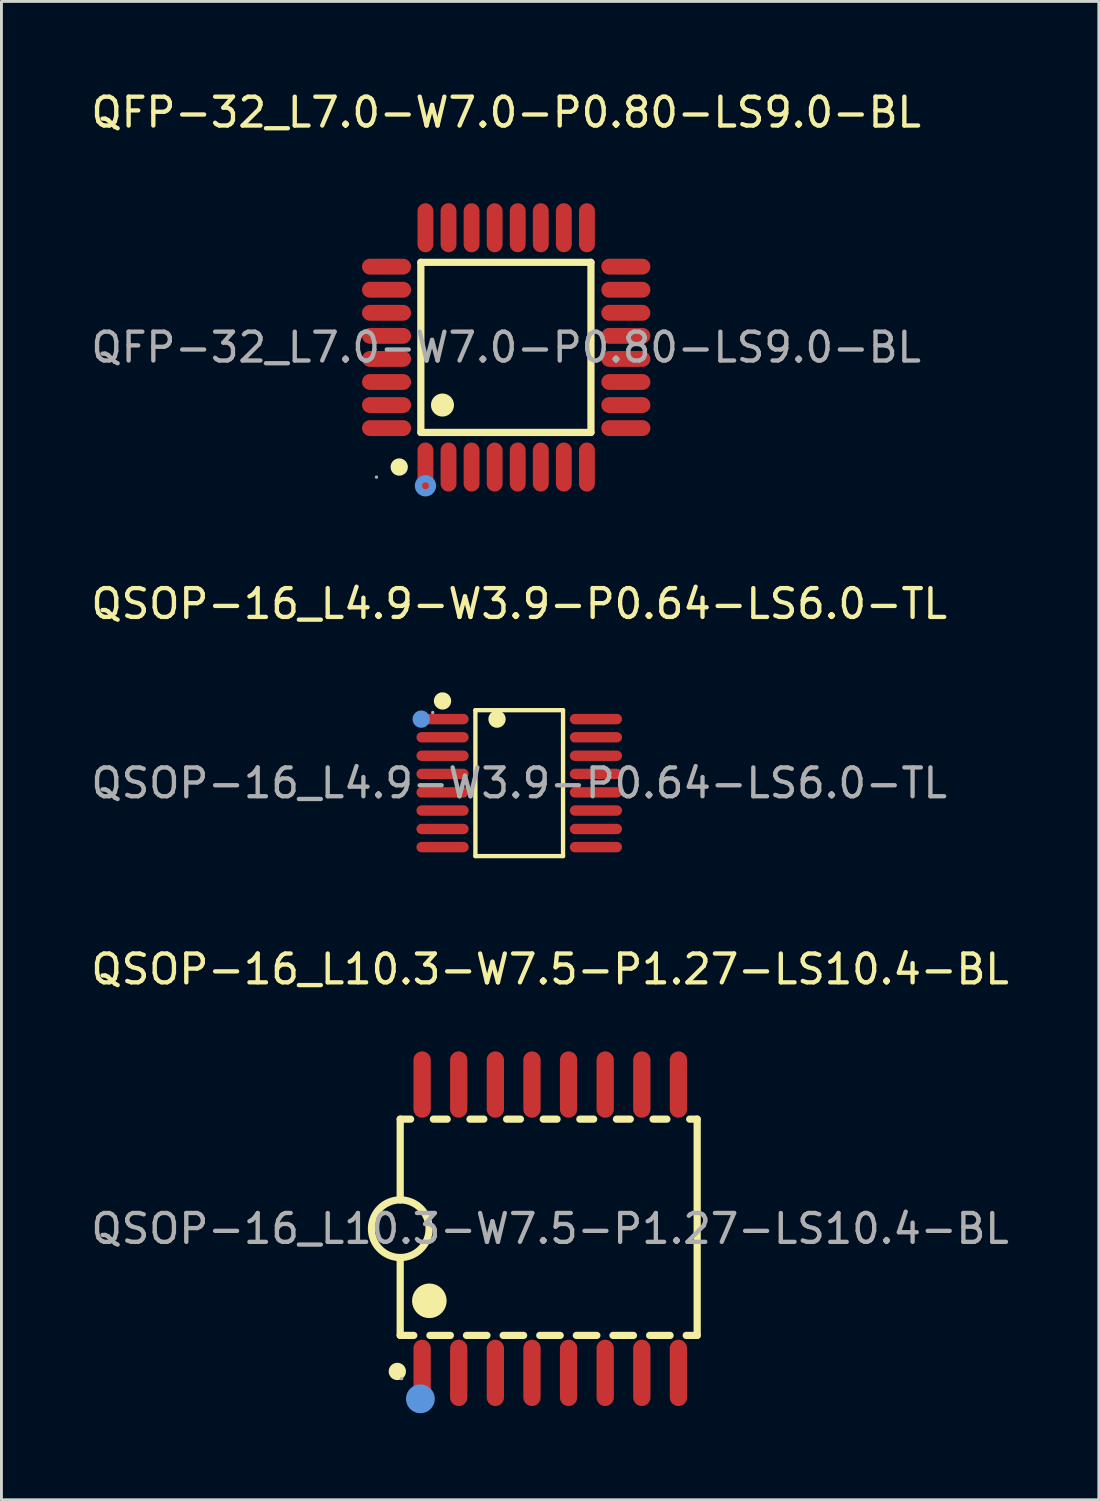
<source format=kicad_pcb>
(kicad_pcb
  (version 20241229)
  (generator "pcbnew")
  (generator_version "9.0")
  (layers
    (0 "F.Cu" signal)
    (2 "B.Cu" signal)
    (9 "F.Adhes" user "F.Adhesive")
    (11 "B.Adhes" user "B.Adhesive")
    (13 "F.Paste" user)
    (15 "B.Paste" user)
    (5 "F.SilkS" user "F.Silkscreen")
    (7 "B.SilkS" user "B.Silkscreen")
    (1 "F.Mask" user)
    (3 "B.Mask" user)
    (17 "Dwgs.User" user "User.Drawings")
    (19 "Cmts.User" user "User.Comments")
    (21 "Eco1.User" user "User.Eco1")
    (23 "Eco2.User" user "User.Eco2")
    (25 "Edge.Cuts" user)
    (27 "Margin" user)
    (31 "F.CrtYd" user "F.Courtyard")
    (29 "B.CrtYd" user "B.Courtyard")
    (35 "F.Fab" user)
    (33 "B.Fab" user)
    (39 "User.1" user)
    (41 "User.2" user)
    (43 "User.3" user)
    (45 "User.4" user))
  (footprint "QFP-32_L7.0-W7.0-P0.80-LS9.0-BL"
    (layer "F.Cu")
    (at 14.506 8.998)
    (property "Reference" "QFP-32_L7.0-W7.0-P0.80-LS9.0-BL" (at 0 -8.15 0) (layer "F.SilkS") (effects (font (size 1 1) (thickness 0.15))))
    (attr through_hole)
    (fp_line (start -2.96 -2.95) (end -2.96 2.95) (stroke (width 0.25) (type solid)) (layer "F.SilkS"))
    (fp_line (start -2.96 2.95) (end 2.94 2.95) (stroke (width 0.25) (type solid)) (layer "F.SilkS"))
    (fp_line (start 2.94 -2.95) (end -2.96 -2.95) (stroke (width 0.25) (type solid)) (layer "F.SilkS"))
    (fp_line (start 2.94 2.95) (end 2.94 -2.95) (stroke (width 0.25) (type solid)) (layer "F.SilkS"))
    (fp_arc (start -3.71 4.15) (mid -3.71 4.15) (end -3.71 4.15) (stroke (width 0.3) (type solid)) (layer "F.SilkS"))
    (fp_arc (start -2.21 2) (mid -2.21 2) (end -2.21 2) (stroke (width 0.4) (type solid)) (layer "F.SilkS"))
    (fp_circle (center -2.8 4.8) (end -2.68 4.8) (stroke (width 0.25) (type solid)) (fill no) (layer "Cmts.User"))
    (fp_circle (center -4.5 4.5) (end -4.47 4.5) (stroke (width 0.06) (type solid)) (fill no) (layer "F.Fab"))
    (fp_text user "${REFERENCE}" (at 0 0 0) (layer "F.Fab") (effects (font (size 1 1) (thickness 0.15))))
    (pad "1" smd oval (at -2.8 4.15 180) (size 0.55 1.7) (layers "F.Cu" "F.Mask" "F.Paste"))
    (pad "2" smd oval (at -2 4.15 180) (size 0.55 1.7) (layers "F.Cu" "F.Mask" "F.Paste"))
    (pad "3" smd oval (at -1.2 4.15 180) (size 0.55 1.7) (layers "F.Cu" "F.Mask" "F.Paste"))
    (pad "4" smd oval (at -0.4 4.15 180) (size 0.55 1.7) (layers "F.Cu" "F.Mask" "F.Paste"))
    (pad "5" smd oval (at 0.4 4.15 180) (size 0.55 1.7) (layers "F.Cu" "F.Mask" "F.Paste"))
    (pad "6" smd oval (at 1.2 4.15 180) (size 0.55 1.7) (layers "F.Cu" "F.Mask" "F.Paste"))
    (pad "7" smd oval (at 2 4.15 180) (size 0.55 1.7) (layers "F.Cu" "F.Mask" "F.Paste"))
    (pad "8" smd oval (at 2.8 4.15 180) (size 0.55 1.7) (layers "F.Cu" "F.Mask" "F.Paste"))
    (pad "9" smd oval (at 4.15 2.8 90) (size 0.55 1.7) (layers "F.Cu" "F.Mask" "F.Paste"))
    (pad "10" smd oval (at 4.15 2 90) (size 0.55 1.7) (layers "F.Cu" "F.Mask" "F.Paste"))
    (pad "11" smd oval (at 4.15 1.2 90) (size 0.55 1.7) (layers "F.Cu" "F.Mask" "F.Paste"))
    (pad "12" smd oval (at 4.15 0.4 90) (size 0.55 1.7) (layers "F.Cu" "F.Mask" "F.Paste"))
    (pad "13" smd oval (at 4.15 -0.4 90) (size 0.55 1.7) (layers "F.Cu" "F.Mask" "F.Paste"))
    (pad "14" smd oval (at 4.15 -1.2 90) (size 0.55 1.7) (layers "F.Cu" "F.Mask" "F.Paste"))
    (pad "15" smd oval (at 4.15 -2 90) (size 0.55 1.7) (layers "F.Cu" "F.Mask" "F.Paste"))
    (pad "16" smd oval (at 4.15 -2.8 90) (size 0.55 1.7) (layers "F.Cu" "F.Mask" "F.Paste"))
    (pad "17" smd oval (at 2.8 -4.15 180) (size 0.55 1.7) (layers "F.Cu" "F.Mask" "F.Paste"))
    (pad "18" smd oval (at 2 -4.15 180) (size 0.55 1.7) (layers "F.Cu" "F.Mask" "F.Paste"))
    (pad "19" smd oval (at 1.2 -4.15 180) (size 0.55 1.7) (layers "F.Cu" "F.Mask" "F.Paste"))
    (pad "20" smd oval (at 0.4 -4.15 180) (size 0.55 1.7) (layers "F.Cu" "F.Mask" "F.Paste"))
    (pad "21" smd oval (at -0.4 -4.15 180) (size 0.55 1.7) (layers "F.Cu" "F.Mask" "F.Paste"))
    (pad "22" smd oval (at -1.2 -4.15 180) (size 0.55 1.7) (layers "F.Cu" "F.Mask" "F.Paste"))
    (pad "23" smd oval (at -2 -4.15 180) (size 0.55 1.7) (layers "F.Cu" "F.Mask" "F.Paste"))
    (pad "24" smd oval (at -2.8 -4.15 180) (size 0.55 1.7) (layers "F.Cu" "F.Mask" "F.Paste"))
    (pad "25" smd oval (at -4.15 -2.8 90) (size 0.55 1.7) (layers "F.Cu" "F.Mask" "F.Paste"))
    (pad "26" smd oval (at -4.15 -2 90) (size 0.55 1.7) (layers "F.Cu" "F.Mask" "F.Paste"))
    (pad "27" smd oval (at -4.15 -1.2 90) (size 0.55 1.7) (layers "F.Cu" "F.Mask" "F.Paste"))
    (pad "28" smd oval (at -4.15 -0.4 90) (size 0.55 1.7) (layers "F.Cu" "F.Mask" "F.Paste"))
    (pad "29" smd oval (at -4.15 0.4 90) (size 0.55 1.7) (layers "F.Cu" "F.Mask" "F.Paste"))
    (pad "30" smd oval (at -4.15 1.2 90) (size 0.55 1.7) (layers "F.Cu" "F.Mask" "F.Paste"))
    (pad "31" smd oval (at -4.15 2 90) (size 0.55 1.7) (layers "F.Cu" "F.Mask" "F.Paste"))
    (pad "32" smd oval (at -4.15 2.8 90) (size 0.55 1.7) (layers "F.Cu" "F.Mask" "F.Paste")))
  (footprint "QSOP-16_L10.3-W7.5-P1.27-LS10.4-BL"
    (layer "F.Cu")
    (at 16.03 39.565)
    (property "Reference" "QSOP-16_L10.3-W7.5-P1.27-LS10.4-BL" (at 0 -9 0) (layer "F.SilkS") (effects (font (size 1 1) (thickness 0.15))))
    (attr through_hole)
    (fp_line (start -5.2 -3.8) (end -4.84 -3.8) (stroke (width 0.25) (type solid)) (layer "F.SilkS"))
    (fp_line (start -5.2 -1) (end -5.2 -3.8) (stroke (width 0.25) (type solid)) (layer "F.SilkS"))
    (fp_line (start -5.2 3.7) (end -5.2 1) (stroke (width 0.25) (type solid)) (layer "F.SilkS"))
    (fp_line (start -4.73 3.7) (end -5.2 3.7) (stroke (width 0.25) (type solid)) (layer "F.SilkS"))
    (fp_line (start -4.05 -3.8) (end -3.57 -3.8) (stroke (width 0.25) (type solid)) (layer "F.SilkS"))
    (fp_line (start -3.46 3.7) (end -4.17 3.7) (stroke (width 0.25) (type solid)) (layer "F.SilkS"))
    (fp_line (start -2.78 -3.8) (end -2.3 -3.8) (stroke (width 0.25) (type solid)) (layer "F.SilkS"))
    (fp_line (start -2.19 3.7) (end -2.9 3.7) (stroke (width 0.25) (type solid)) (layer "F.SilkS"))
    (fp_line (start -1.51 -3.8) (end -1.03 -3.8) (stroke (width 0.25) (type solid)) (layer "F.SilkS"))
    (fp_line (start -0.92 3.7) (end -1.63 3.7) (stroke (width 0.25) (type solid)) (layer "F.SilkS"))
    (fp_line (start -0.24 -3.8) (end 0.24 -3.8) (stroke (width 0.25) (type solid)) (layer "F.SilkS"))
    (fp_line (start 0.35 3.7) (end -0.36 3.7) (stroke (width 0.25) (type solid)) (layer "F.SilkS"))
    (fp_line (start 1.03 -3.8) (end 1.51 -3.8) (stroke (width 0.25) (type solid)) (layer "F.SilkS"))
    (fp_line (start 1.62 3.7) (end 0.91 3.7) (stroke (width 0.25) (type solid)) (layer "F.SilkS"))
    (fp_line (start 2.3 -3.8) (end 2.78 -3.8) (stroke (width 0.25) (type solid)) (layer "F.SilkS"))
    (fp_line (start 2.89 3.7) (end 2.18 3.7) (stroke (width 0.25) (type solid)) (layer "F.SilkS"))
    (fp_line (start 3.57 -3.8) (end 4.05 -3.8) (stroke (width 0.25) (type solid)) (layer "F.SilkS"))
    (fp_line (start 4.16 3.7) (end 3.45 3.7) (stroke (width 0.25) (type solid)) (layer "F.SilkS"))
    (fp_line (start 4.84 -3.8) (end 5.1 -3.8) (stroke (width 0.25) (type solid)) (layer "F.SilkS"))
    (fp_line (start 5.1 -3.8) (end 5.1 3.7) (stroke (width 0.25) (type solid)) (layer "F.SilkS"))
    (fp_line (start 5.1 3.7) (end 4.72 3.7) (stroke (width 0.25) (type solid)) (layer "F.SilkS"))
    (fp_arc (start -5.3 4.95) (mid -5.3 4.95) (end -5.3 4.95) (stroke (width 0.3) (type solid)) (layer "F.SilkS"))
    (fp_arc (start -5.217452 0.999848) (mid -5.191274 -0.999962) (end -5.2 1) (stroke (width 0.25) (type solid)) (layer "F.SilkS"))
    (fp_arc (start -4.19 2.2) (mid -4.185 2.799958) (end -4.199999 2.200167) (stroke (width 0.6) (type solid)) (layer "F.SilkS"))
    (fp_circle (center -4.5 5.9) (end -4.25 5.9) (stroke (width 0.5) (type solid)) (fill no) (layer "Cmts.User"))
    (fp_circle (center -5.15 5.2) (end -5.12 5.2) (stroke (width 0.06) (type solid)) (fill no) (layer "F.Fab"))
    (fp_text user "${REFERENCE}" (at 0 0 0) (layer "F.Fab") (effects (font (size 1 1) (thickness 0.15))))
    (pad "1" smd oval (at -4.44 5 180) (size 0.6 2.3) (layers "F.Cu" "F.Mask" "F.Paste"))
    (pad "2" smd oval (at -3.17 5 180) (size 0.6 2.3) (layers "F.Cu" "F.Mask" "F.Paste"))
    (pad "3" smd oval (at -1.9 5 180) (size 0.6 2.3) (layers "F.Cu" "F.Mask" "F.Paste"))
    (pad "4" smd oval (at -0.63 5 180) (size 0.6 2.3) (layers "F.Cu" "F.Mask" "F.Paste"))
    (pad "5" smd oval (at 0.64 5 180) (size 0.6 2.3) (layers "F.Cu" "F.Mask" "F.Paste"))
    (pad "6" smd oval (at 1.91 5 180) (size 0.6 2.3) (layers "F.Cu" "F.Mask" "F.Paste"))
    (pad "7" smd oval (at 3.18 5 180) (size 0.6 2.3) (layers "F.Cu" "F.Mask" "F.Paste"))
    (pad "8" smd oval (at 4.45 5 180) (size 0.6 2.3) (layers "F.Cu" "F.Mask" "F.Paste"))
    (pad "9" smd oval (at 4.45 -5 180) (size 0.6 2.3) (layers "F.Cu" "F.Mask" "F.Paste"))
    (pad "10" smd oval (at 3.18 -5 180) (size 0.6 2.3) (layers "F.Cu" "F.Mask" "F.Paste"))
    (pad "11" smd oval (at 1.91 -5 180) (size 0.6 2.3) (layers "F.Cu" "F.Mask" "F.Paste"))
    (pad "12" smd oval (at 0.64 -5 180) (size 0.6 2.3) (layers "F.Cu" "F.Mask" "F.Paste"))
    (pad "13" smd oval (at -0.63 -5 180) (size 0.6 2.3) (layers "F.Cu" "F.Mask" "F.Paste"))
    (pad "14" smd oval (at -1.9 -5 180) (size 0.6 2.3) (layers "F.Cu" "F.Mask" "F.Paste"))
    (pad "15" smd oval (at -3.17 -5 180) (size 0.6 2.3) (layers "F.Cu" "F.Mask" "F.Paste"))
    (pad "16" smd oval (at -4.44 -5 180) (size 0.6 2.3) (layers "F.Cu" "F.Mask" "F.Paste")))
  (footprint "QSOP-16_L4.9-W3.9-P0.64-LS6.0-TL"
    (layer "F.Cu")
    (at 14.958 24.111)
    (property "Reference" "QSOP-16_L4.9-W3.9-P0.64-LS6.0-TL" (at 0 -6.22 0) (layer "F.SilkS") (effects (font (size 1 1) (thickness 0.15))))
    (attr through_hole)
    (fp_line (start -1.52 -2.53) (end 1.52 -2.53) (stroke (width 0.15) (type solid)) (layer "F.SilkS"))
    (fp_line (start -1.52 2.53) (end -1.52 -2.53) (stroke (width 0.15) (type solid)) (layer "F.SilkS"))
    (fp_line (start 1.52 -2.53) (end 1.52 2.53) (stroke (width 0.15) (type solid)) (layer "F.SilkS"))
    (fp_line (start 1.52 2.53) (end -1.52 2.53) (stroke (width 0.15) (type solid)) (layer "F.SilkS"))
    (fp_circle (center -2.66 -2.85) (end -2.51 -2.85) (stroke (width 0.3) (type solid)) (fill no) (layer "F.SilkS"))
    (fp_circle (center -0.77 -2.22) (end -0.62 -2.22) (stroke (width 0.3) (type solid)) (fill no) (layer "F.SilkS"))
    (fp_circle (center -3.4 -2.22) (end -3.25 -2.22) (stroke (width 0.3) (type solid)) (fill no) (layer "Cmts.User"))
    (fp_circle (center -3 -2.45) (end -2.97 -2.45) (stroke (width 0.06) (type solid)) (fill no) (layer "F.Fab"))
    (fp_text user "${REFERENCE}" (at 0 0 0) (layer "F.Fab") (effects (font (size 1 1) (thickness 0.15))))
    (pad "1" smd oval (at -2.66 -2.22 270) (size 0.36 1.81) (layers "F.Cu" "F.Mask" "F.Paste"))
    (pad "2" smd oval (at -2.66 -1.59 270) (size 0.36 1.81) (layers "F.Cu" "F.Mask" "F.Paste"))
    (pad "3" smd oval (at -2.66 -0.95 270) (size 0.36 1.81) (layers "F.Cu" "F.Mask" "F.Paste"))
    (pad "4" smd oval (at -2.66 -0.32 270) (size 0.36 1.81) (layers "F.Cu" "F.Mask" "F.Paste"))
    (pad "5" smd oval (at -2.66 0.32 270) (size 0.36 1.81) (layers "F.Cu" "F.Mask" "F.Paste"))
    (pad "6" smd oval (at -2.66 0.95 270) (size 0.36 1.81) (layers "F.Cu" "F.Mask" "F.Paste"))
    (pad "7" smd oval (at -2.66 1.59 270) (size 0.36 1.81) (layers "F.Cu" "F.Mask" "F.Paste"))
    (pad "8" smd oval (at -2.66 2.22 270) (size 0.36 1.81) (layers "F.Cu" "F.Mask" "F.Paste"))
    (pad "9" smd oval (at 2.66 2.22 270) (size 0.36 1.81) (layers "F.Cu" "F.Mask" "F.Paste"))
    (pad "10" smd oval (at 2.66 1.59 270) (size 0.36 1.81) (layers "F.Cu" "F.Mask" "F.Paste"))
    (pad "11" smd oval (at 2.66 0.95 270) (size 0.36 1.81) (layers "F.Cu" "F.Mask" "F.Paste"))
    (pad "12" smd oval (at 2.66 0.32 270) (size 0.36 1.81) (layers "F.Cu" "F.Mask" "F.Paste"))
    (pad "13" smd oval (at 2.66 -0.32 270) (size 0.36 1.81) (layers "F.Cu" "F.Mask" "F.Paste"))
    (pad "14" smd oval (at 2.66 -0.95 270) (size 0.36 1.81) (layers "F.Cu" "F.Mask" "F.Paste"))
    (pad "15" smd oval (at 2.66 -1.59 270) (size 0.36 1.81) (layers "F.Cu" "F.Mask" "F.Paste"))
    (pad "16" smd oval (at 2.66 -2.22 270) (size 0.36 1.81) (layers "F.Cu" "F.Mask" "F.Paste")))
  (gr_rect
    (start -3 -3)
    (end 35.06 48.965)
    (stroke (width 0.1) (type default))
    (fill no)
    (layer "Edge.Cuts")))
</source>
